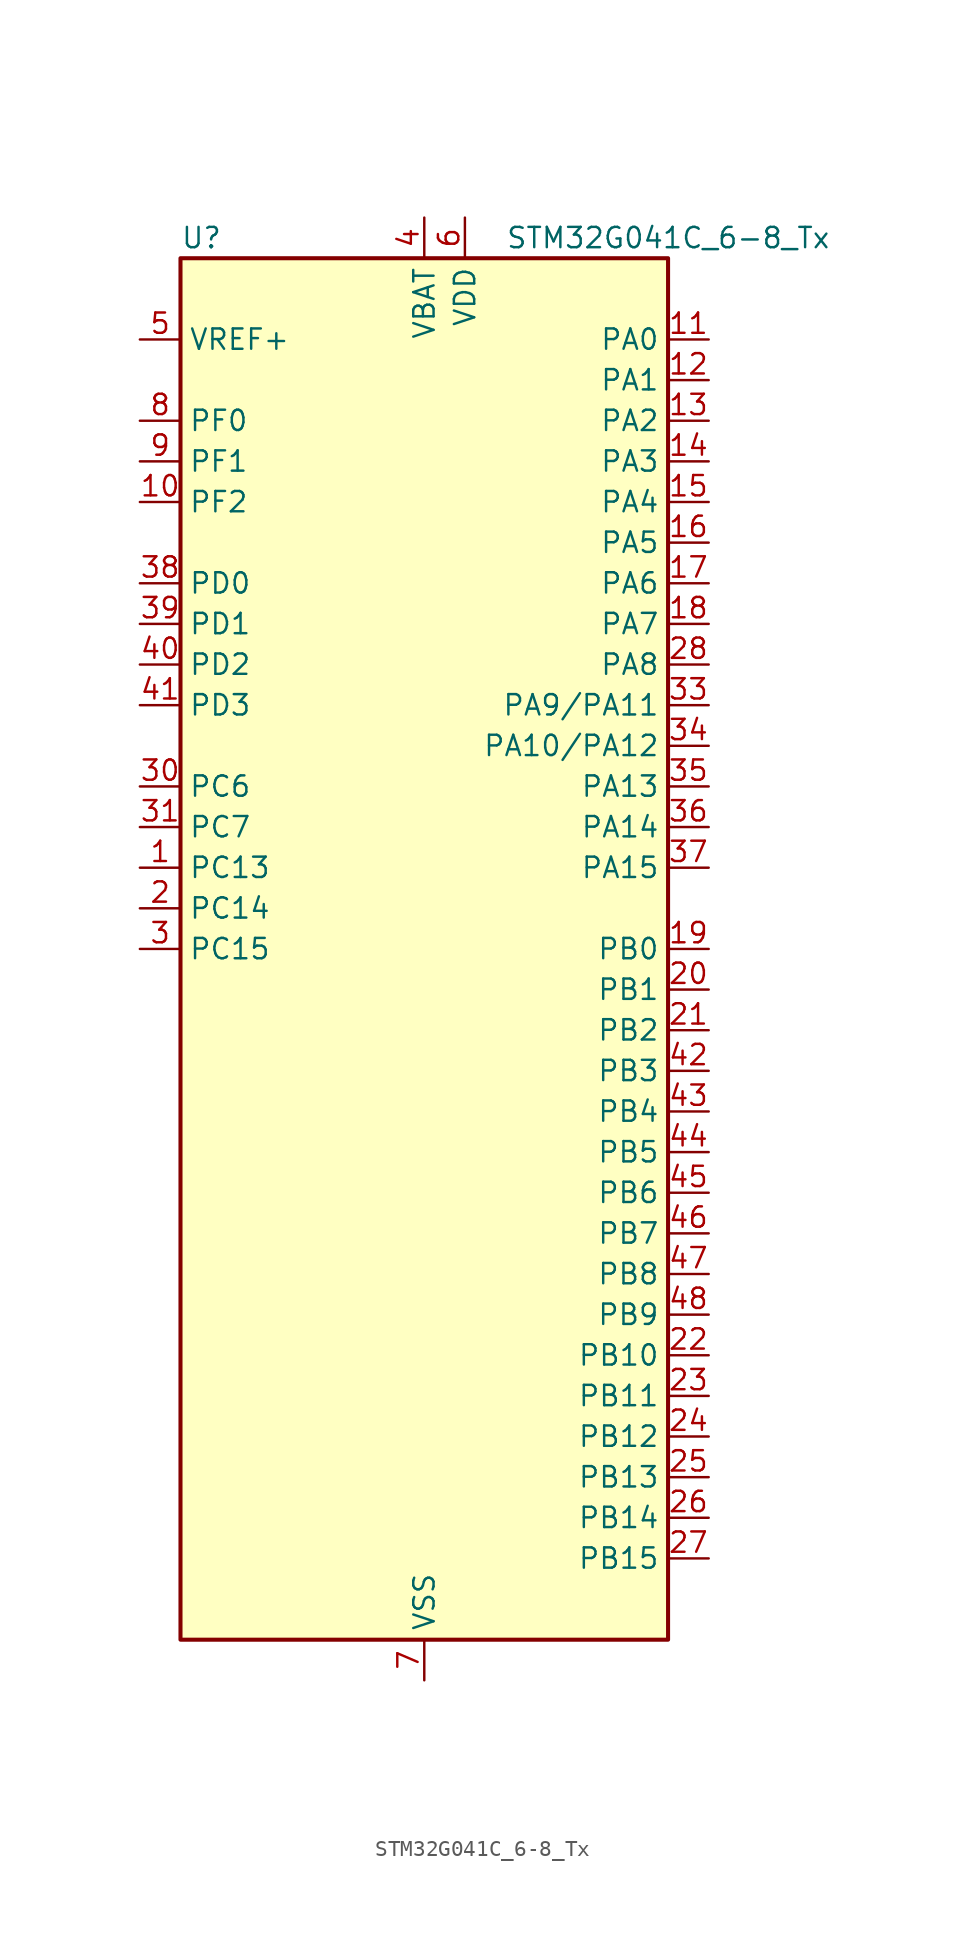
<source format=kicad_sym>
(kicad_symbol_lib
  (version 20231120)
  (generator "kicad-library-utils")
  (generator_version "8.0")
  (symbol "STM32G041C_6-8_Tx"
    (property "Reference" "U"
      (at -15.24 44.45 0)
      (effects (font (size 1.27 1.27)) (justify left)))
    (property "Value" "STM32G041C_6-8_Tx"
      (at 5.08 44.45 0)
      (effects (font (size 1.27 1.27)) (justify left)))
    (symbol "STM32G041C_6-8_Tx_0_1"
      (rectangle (start -15.24 -43.18) (end 15.24 43.18) (stroke (width 0.254) (type default)) (fill (type background))))
    (symbol "STM32G041C_6-8_Tx_1_1"
      (pin bidirectional line (at -17.78 5.08 0) (length 2.54) (name "PC13" (effects (font (size 1.27 1.27)))) (number "1" (effects (font (size 1.27 1.27)))) (alternate "RTC_OUT_ALARM" bidirectional line) (alternate "RTC_OUT_CALIB" bidirectional line) (alternate "RTC_TAMP_IN1" bidirectional line) (alternate "RTC_TS" bidirectional line) (alternate "SYS_WKUP2" bidirectional line) (alternate "TIM1_BK" bidirectional line))
      (pin bidirectional line (at -17.78 27.94 0) (length 2.54) (name "PF2" (effects (font (size 1.27 1.27)))) (number "10" (effects (font (size 1.27 1.27)))) (alternate "RCC_MCO" bidirectional line))
      (pin bidirectional line (at 17.78 38.1 180) (length 2.54) (name "PA0" (effects (font (size 1.27 1.27)))) (number "11" (effects (font (size 1.27 1.27)))) (alternate "ADC1_IN0" bidirectional line) (alternate "LPTIM1_OUT" bidirectional line) (alternate "RTC_TAMP_IN2" bidirectional line) (alternate "SPI2_SCK" bidirectional line) (alternate "SYS_WKUP1" bidirectional line) (alternate "TIM2_CH1" bidirectional line) (alternate "TIM2_ETR" bidirectional line) (alternate "USART2_CTS" bidirectional line) (alternate "USART2_NSS" bidirectional line))
      (pin bidirectional line (at 17.78 35.56 180) (length 2.54) (name "PA1" (effects (font (size 1.27 1.27)))) (number "12" (effects (font (size 1.27 1.27)))) (alternate "ADC1_IN1" bidirectional line) (alternate "I2C1_SMBA" bidirectional line) (alternate "I2S1_CK" bidirectional line) (alternate "SPI1_SCK" bidirectional line) (alternate "TIM2_CH2" bidirectional line) (alternate "USART2_CK" bidirectional line) (alternate "USART2_DE" bidirectional line) (alternate "USART2_RTS" bidirectional line))
      (pin bidirectional line (at 17.78 33.02 180) (length 2.54) (name "PA2" (effects (font (size 1.27 1.27)))) (number "13" (effects (font (size 1.27 1.27)))) (alternate "ADC1_IN2" bidirectional line) (alternate "I2S1_SD" bidirectional line) (alternate "LPUART1_TX" bidirectional line) (alternate "RCC_LSCO" bidirectional line) (alternate "SPI1_MOSI" bidirectional line) (alternate "SYS_WKUP4" bidirectional line) (alternate "TIM2_CH3" bidirectional line) (alternate "USART2_TX" bidirectional line))
      (pin bidirectional line (at 17.78 30.48 180) (length 2.54) (name "PA3" (effects (font (size 1.27 1.27)))) (number "14" (effects (font (size 1.27 1.27)))) (alternate "ADC1_IN3" bidirectional line) (alternate "LPUART1_RX" bidirectional line) (alternate "SPI2_MISO" bidirectional line) (alternate "TIM2_CH4" bidirectional line) (alternate "USART2_RX" bidirectional line))
      (pin bidirectional line (at 17.78 27.94 180) (length 2.54) (name "PA4" (effects (font (size 1.27 1.27)))) (number "15" (effects (font (size 1.27 1.27)))) (alternate "ADC1_IN4" bidirectional line) (alternate "I2S1_WS" bidirectional line) (alternate "LPTIM2_OUT" bidirectional line) (alternate "RTC_OUT_ALARM" bidirectional line) (alternate "RTC_OUT_CALIB" bidirectional line) (alternate "SPI1_NSS" bidirectional line) (alternate "SPI2_MOSI" bidirectional line) (alternate "TIM14_CH1" bidirectional line))
      (pin bidirectional line (at 17.78 25.4 180) (length 2.54) (name "PA5" (effects (font (size 1.27 1.27)))) (number "16" (effects (font (size 1.27 1.27)))) (alternate "ADC1_IN5" bidirectional line) (alternate "I2S1_CK" bidirectional line) (alternate "LPTIM2_ETR" bidirectional line) (alternate "SPI1_SCK" bidirectional line) (alternate "TIM2_CH1" bidirectional line) (alternate "TIM2_ETR" bidirectional line))
      (pin bidirectional line (at 17.78 22.86 180) (length 2.54) (name "PA6" (effects (font (size 1.27 1.27)))) (number "17" (effects (font (size 1.27 1.27)))) (alternate "ADC1_IN6" bidirectional line) (alternate "I2S1_MCK" bidirectional line) (alternate "LPUART1_CTS" bidirectional line) (alternate "SPI1_MISO" bidirectional line) (alternate "TIM16_CH1" bidirectional line) (alternate "TIM1_BK" bidirectional line) (alternate "TIM3_CH1" bidirectional line))
      (pin bidirectional line (at 17.78 20.32 180) (length 2.54) (name "PA7" (effects (font (size 1.27 1.27)))) (number "18" (effects (font (size 1.27 1.27)))) (alternate "ADC1_IN7" bidirectional line) (alternate "I2S1_SD" bidirectional line) (alternate "SPI1_MOSI" bidirectional line) (alternate "TIM14_CH1" bidirectional line) (alternate "TIM17_CH1" bidirectional line) (alternate "TIM1_CH1N" bidirectional line) (alternate "TIM3_CH2" bidirectional line))
      (pin bidirectional line (at 17.78 0 180) (length 2.54) (name "PB0" (effects (font (size 1.27 1.27)))) (number "19" (effects (font (size 1.27 1.27)))) (alternate "ADC1_IN8" bidirectional line) (alternate "I2S1_WS" bidirectional line) (alternate "LPTIM1_OUT" bidirectional line) (alternate "SPI1_NSS" bidirectional line) (alternate "TIM1_CH2N" bidirectional line) (alternate "TIM3_CH3" bidirectional line))
      (pin bidirectional line (at -17.78 2.54 0) (length 2.54) (name "PC14" (effects (font (size 1.27 1.27)))) (number "2" (effects (font (size 1.27 1.27)))) (alternate "RCC_OSC32_IN" bidirectional line) (alternate "TIM1_BK2" bidirectional line))
      (pin bidirectional line (at 17.78 -2.54 180) (length 2.54) (name "PB1" (effects (font (size 1.27 1.27)))) (number "20" (effects (font (size 1.27 1.27)))) (alternate "ADC1_IN9" bidirectional line) (alternate "LPTIM2_IN1" bidirectional line) (alternate "LPUART1_DE" bidirectional line) (alternate "LPUART1_RTS" bidirectional line) (alternate "TIM14_CH1" bidirectional line) (alternate "TIM1_CH3N" bidirectional line) (alternate "TIM3_CH4" bidirectional line))
      (pin bidirectional line (at 17.78 -5.08 180) (length 2.54) (name "PB2" (effects (font (size 1.27 1.27)))) (number "21" (effects (font (size 1.27 1.27)))) (alternate "ADC1_IN10" bidirectional line) (alternate "LPTIM1_OUT" bidirectional line) (alternate "SPI2_MISO" bidirectional line))
      (pin bidirectional line (at 17.78 -25.4 180) (length 2.54) (name "PB10" (effects (font (size 1.27 1.27)))) (number "22" (effects (font (size 1.27 1.27)))) (alternate "ADC1_IN11" bidirectional line) (alternate "I2C2_SCL" bidirectional line) (alternate "LPUART1_RX" bidirectional line) (alternate "SPI2_SCK" bidirectional line) (alternate "TIM2_CH3" bidirectional line))
      (pin bidirectional line (at 17.78 -27.94 180) (length 2.54) (name "PB11" (effects (font (size 1.27 1.27)))) (number "23" (effects (font (size 1.27 1.27)))) (alternate "ADC1_EXTI11" bidirectional line) (alternate "ADC1_IN15" bidirectional line) (alternate "I2C2_SDA" bidirectional line) (alternate "LPUART1_TX" bidirectional line) (alternate "SPI2_MOSI" bidirectional line) (alternate "TIM2_CH4" bidirectional line))
      (pin bidirectional line (at 17.78 -30.48 180) (length 2.54) (name "PB12" (effects (font (size 1.27 1.27)))) (number "24" (effects (font (size 1.27 1.27)))) (alternate "ADC1_IN16" bidirectional line) (alternate "LPUART1_DE" bidirectional line) (alternate "LPUART1_RTS" bidirectional line) (alternate "SPI2_NSS" bidirectional line) (alternate "TIM1_BK" bidirectional line))
      (pin bidirectional line (at 17.78 -33.02 180) (length 2.54) (name "PB13" (effects (font (size 1.27 1.27)))) (number "25" (effects (font (size 1.27 1.27)))) (alternate "I2C2_SCL" bidirectional line) (alternate "LPUART1_CTS" bidirectional line) (alternate "SPI2_SCK" bidirectional line) (alternate "TIM1_CH1N" bidirectional line))
      (pin bidirectional line (at 17.78 -35.56 180) (length 2.54) (name "PB14" (effects (font (size 1.27 1.27)))) (number "26" (effects (font (size 1.27 1.27)))) (alternate "I2C2_SDA" bidirectional line) (alternate "SPI2_MISO" bidirectional line) (alternate "TIM1_CH2N" bidirectional line))
      (pin bidirectional line (at 17.78 -38.1 180) (length 2.54) (name "PB15" (effects (font (size 1.27 1.27)))) (number "27" (effects (font (size 1.27 1.27)))) (alternate "RTC_REFIN" bidirectional line) (alternate "SPI2_MOSI" bidirectional line) (alternate "TIM1_CH3N" bidirectional line))
      (pin bidirectional line (at 17.78 17.78 180) (length 2.54) (name "PA8" (effects (font (size 1.27 1.27)))) (number "28" (effects (font (size 1.27 1.27)))) (alternate "LPTIM2_OUT" bidirectional line) (alternate "RCC_MCO" bidirectional line) (alternate "SPI2_NSS" bidirectional line) (alternate "TIM1_CH1" bidirectional line))
      (pin no_connect line (at -15.24 -43.18 0) (length 2.54) hide (name "NC/PA9" (effects (font (size 1.27 1.27)))) (number "29" (effects (font (size 1.27 1.27)))) (alternate "NC" bidirectional line) (alternate "PA9" bidirectional line) (alternate "I2C1_SCL (PA9)" bidirectional line) (alternate "RCC_MCO (PA9)" bidirectional line) (alternate "SPI2_MISO (PA9)" bidirectional line) (alternate "TIM1_CH2 (PA9)" bidirectional line) (alternate "USART1_TX (PA9)" bidirectional line))
      (pin bidirectional line (at -17.78 0 0) (length 2.54) (name "PC15" (effects (font (size 1.27 1.27)))) (number "3" (effects (font (size 1.27 1.27)))) (alternate "RCC_OSC32_EN" bidirectional line) (alternate "RCC_OSC32_OUT" bidirectional line) (alternate "RCC_OSC_EN" bidirectional line))
      (pin bidirectional line (at -17.78 10.16 0) (length 2.54) (name "PC6" (effects (font (size 1.27 1.27)))) (number "30" (effects (font (size 1.27 1.27)))) (alternate "TIM2_CH3" bidirectional line) (alternate "TIM3_CH1" bidirectional line))
      (pin bidirectional line (at -17.78 7.62 0) (length 2.54) (name "PC7" (effects (font (size 1.27 1.27)))) (number "31" (effects (font (size 1.27 1.27)))) (alternate "TIM2_CH4" bidirectional line) (alternate "TIM3_CH2" bidirectional line))
      (pin no_connect line (at -15.24 -40.64 0) (length 2.54) hide (name "NC/PA10" (effects (font (size 1.27 1.27)))) (number "32" (effects (font (size 1.27 1.27)))) (alternate "NC" bidirectional line) (alternate "PA10" bidirectional line) (alternate "I2C1_SDA (PA10)" bidirectional line) (alternate "SPI2_MOSI (PA10)" bidirectional line) (alternate "TIM17_BK (PA10)" bidirectional line) (alternate "TIM1_CH3 (PA10)" bidirectional line) (alternate "USART1_RX (PA10)" bidirectional line))
      (pin bidirectional line (at 17.78 15.24 180) (length 2.54) (name "PA9/PA11" (effects (font (size 1.27 1.27)))) (number "33" (effects (font (size 1.27 1.27)))) (alternate "PA9" bidirectional line) (alternate "I2C1_SCL (PA9)" bidirectional line) (alternate "RCC_MCO (PA9)" bidirectional line) (alternate "SPI2_MISO (PA9)" bidirectional line) (alternate "TIM1_CH2 (PA9)" bidirectional line) (alternate "USART1_TX (PA9)" bidirectional line) (alternate "PA11" bidirectional line) (alternate "ADC1_EXTI11 (PA11)" bidirectional line) (alternate "I2C2_SCL (PA11)" bidirectional line) (alternate "I2S1_MCK (PA11)" bidirectional line) (alternate "SPI1_MISO (PA11)" bidirectional line) (alternate "TIM1_BK2 (PA11)" bidirectional line) (alternate "TIM1_CH4 (PA11)" bidirectional line) (alternate "USART1_CTS (PA11)" bidirectional line) (alternate "USART1_NSS (PA11)" bidirectional line))
      (pin bidirectional line (at 17.78 12.7 180) (length 2.54) (name "PA10/PA12" (effects (font (size 1.27 1.27)))) (number "34" (effects (font (size 1.27 1.27)))) (alternate "PA10" bidirectional line) (alternate "I2C1_SDA (PA10)" bidirectional line) (alternate "SPI2_MOSI (PA10)" bidirectional line) (alternate "TIM17_BK (PA10)" bidirectional line) (alternate "TIM1_CH3 (PA10)" bidirectional line) (alternate "USART1_RX (PA10)" bidirectional line) (alternate "PA12" bidirectional line) (alternate "I2C2_SDA (PA12)" bidirectional line) (alternate "I2S1_SD (PA12)" bidirectional line) (alternate "I2S_CKIN (PA12)" bidirectional line) (alternate "SPI1_MOSI (PA12)" bidirectional line) (alternate "TIM1_ETR (PA12)" bidirectional line) (alternate "USART1_CK (PA12)" bidirectional line) (alternate "USART1_DE (PA12)" bidirectional line) (alternate "USART1_RTS (PA12)" bidirectional line))
      (pin bidirectional line (at 17.78 10.16 180) (length 2.54) (name "PA13" (effects (font (size 1.27 1.27)))) (number "35" (effects (font (size 1.27 1.27)))) (alternate "ADC1_IN17" bidirectional line) (alternate "IR_OUT" bidirectional line) (alternate "SYS_SWDIO" bidirectional line))
      (pin bidirectional line (at 17.78 7.62 180) (length 2.54) (name "PA14" (effects (font (size 1.27 1.27)))) (number "36" (effects (font (size 1.27 1.27)))) (alternate "ADC1_IN18" bidirectional line) (alternate "SYS_SWCLK" bidirectional line) (alternate "USART2_TX" bidirectional line))
      (pin bidirectional line (at 17.78 5.08 180) (length 2.54) (name "PA15" (effects (font (size 1.27 1.27)))) (number "37" (effects (font (size 1.27 1.27)))) (alternate "I2S1_WS" bidirectional line) (alternate "SPI1_NSS" bidirectional line) (alternate "TIM2_CH1" bidirectional line) (alternate "TIM2_ETR" bidirectional line) (alternate "USART2_RX" bidirectional line))
      (pin bidirectional line (at -17.78 22.86 0) (length 2.54) (name "PD0" (effects (font (size 1.27 1.27)))) (number "38" (effects (font (size 1.27 1.27)))) (alternate "SPI2_NSS" bidirectional line) (alternate "TIM16_CH1" bidirectional line))
      (pin bidirectional line (at -17.78 20.32 0) (length 2.54) (name "PD1" (effects (font (size 1.27 1.27)))) (number "39" (effects (font (size 1.27 1.27)))) (alternate "SPI2_SCK" bidirectional line) (alternate "TIM17_CH1" bidirectional line))
      (pin power_in line (at 0 45.72 270) (length 2.54) (name "VBAT" (effects (font (size 1.27 1.27)))) (number "4" (effects (font (size 1.27 1.27)))))
      (pin bidirectional line (at -17.78 17.78 0) (length 2.54) (name "PD2" (effects (font (size 1.27 1.27)))) (number "40" (effects (font (size 1.27 1.27)))) (alternate "TIM1_CH1N" bidirectional line) (alternate "TIM3_ETR" bidirectional line))
      (pin bidirectional line (at -17.78 15.24 0) (length 2.54) (name "PD3" (effects (font (size 1.27 1.27)))) (number "41" (effects (font (size 1.27 1.27)))) (alternate "SPI2_MISO" bidirectional line) (alternate "TIM1_CH2N" bidirectional line) (alternate "USART2_CTS" bidirectional line) (alternate "USART2_NSS" bidirectional line))
      (pin bidirectional line (at 17.78 -7.62 180) (length 2.54) (name "PB3" (effects (font (size 1.27 1.27)))) (number "42" (effects (font (size 1.27 1.27)))) (alternate "I2S1_CK" bidirectional line) (alternate "SPI1_SCK" bidirectional line) (alternate "TIM1_CH2" bidirectional line) (alternate "TIM2_CH2" bidirectional line) (alternate "USART1_CK" bidirectional line) (alternate "USART1_DE" bidirectional line) (alternate "USART1_RTS" bidirectional line))
      (pin bidirectional line (at 17.78 -10.16 180) (length 2.54) (name "PB4" (effects (font (size 1.27 1.27)))) (number "43" (effects (font (size 1.27 1.27)))) (alternate "I2S1_MCK" bidirectional line) (alternate "SPI1_MISO" bidirectional line) (alternate "TIM17_BK" bidirectional line) (alternate "TIM3_CH1" bidirectional line) (alternate "USART1_CTS" bidirectional line) (alternate "USART1_NSS" bidirectional line))
      (pin bidirectional line (at 17.78 -12.7 180) (length 2.54) (name "PB5" (effects (font (size 1.27 1.27)))) (number "44" (effects (font (size 1.27 1.27)))) (alternate "I2C1_SMBA" bidirectional line) (alternate "I2S1_SD" bidirectional line) (alternate "LPTIM1_IN1" bidirectional line) (alternate "SPI1_MOSI" bidirectional line) (alternate "SYS_WKUP6" bidirectional line) (alternate "TIM16_BK" bidirectional line) (alternate "TIM3_CH2" bidirectional line))
      (pin bidirectional line (at 17.78 -15.24 180) (length 2.54) (name "PB6" (effects (font (size 1.27 1.27)))) (number "45" (effects (font (size 1.27 1.27)))) (alternate "I2C1_SCL" bidirectional line) (alternate "LPTIM1_ETR" bidirectional line) (alternate "SPI2_MISO" bidirectional line) (alternate "TIM16_CH1N" bidirectional line) (alternate "TIM1_CH3" bidirectional line) (alternate "USART1_TX" bidirectional line))
      (pin bidirectional line (at 17.78 -17.78 180) (length 2.54) (name "PB7" (effects (font (size 1.27 1.27)))) (number "46" (effects (font (size 1.27 1.27)))) (alternate "I2C1_SDA" bidirectional line) (alternate "LPTIM1_IN2" bidirectional line) (alternate "SPI2_MOSI" bidirectional line) (alternate "SYS_PVD_IN" bidirectional line) (alternate "TIM17_CH1N" bidirectional line) (alternate "USART1_RX" bidirectional line))
      (pin bidirectional line (at 17.78 -20.32 180) (length 2.54) (name "PB8" (effects (font (size 1.27 1.27)))) (number "47" (effects (font (size 1.27 1.27)))) (alternate "I2C1_SCL" bidirectional line) (alternate "SPI2_SCK" bidirectional line) (alternate "TIM16_CH1" bidirectional line))
      (pin bidirectional line (at 17.78 -22.86 180) (length 2.54) (name "PB9" (effects (font (size 1.27 1.27)))) (number "48" (effects (font (size 1.27 1.27)))) (alternate "I2C1_SDA" bidirectional line) (alternate "IR_OUT" bidirectional line) (alternate "SPI2_NSS" bidirectional line) (alternate "TIM17_CH1" bidirectional line))
      (pin input line (at -17.78 38.1 0) (length 2.54) (name "VREF+" (effects (font (size 1.27 1.27)))) (number "5" (effects (font (size 1.27 1.27)))) (alternate "VREFBUF_OUT" bidirectional line))
      (pin power_in line (at 2.54 45.72 270) (length 2.54) (name "VDD" (effects (font (size 1.27 1.27)))) (number "6" (effects (font (size 1.27 1.27)))))
      (pin power_in line (at 0 -45.72 90) (length 2.54) (name "VSS" (effects (font (size 1.27 1.27)))) (number "7" (effects (font (size 1.27 1.27)))))
      (pin bidirectional line (at -17.78 33.02 0) (length 2.54) (name "PF0" (effects (font (size 1.27 1.27)))) (number "8" (effects (font (size 1.27 1.27)))) (alternate "RCC_OSC_IN" bidirectional line) (alternate "TIM14_CH1" bidirectional line))
      (pin bidirectional line (at -17.78 30.48 0) (length 2.54) (name "PF1" (effects (font (size 1.27 1.27)))) (number "9" (effects (font (size 1.27 1.27)))) (alternate "RCC_OSC_EN" bidirectional line) (alternate "RCC_OSC_OUT" bidirectional line)))))
</source>
